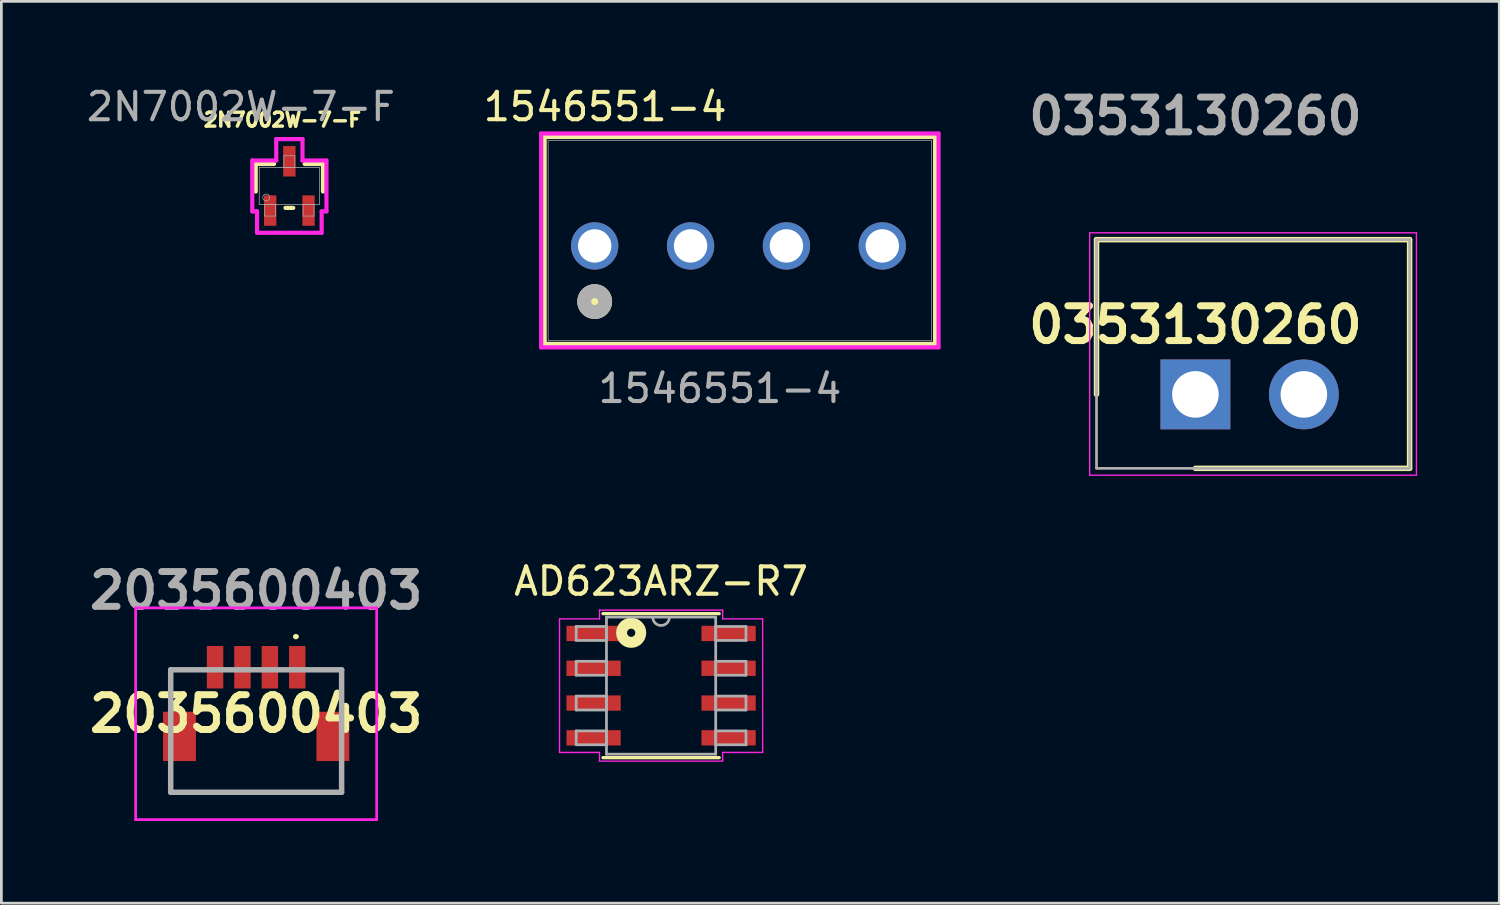
<source format=kicad_pcb>
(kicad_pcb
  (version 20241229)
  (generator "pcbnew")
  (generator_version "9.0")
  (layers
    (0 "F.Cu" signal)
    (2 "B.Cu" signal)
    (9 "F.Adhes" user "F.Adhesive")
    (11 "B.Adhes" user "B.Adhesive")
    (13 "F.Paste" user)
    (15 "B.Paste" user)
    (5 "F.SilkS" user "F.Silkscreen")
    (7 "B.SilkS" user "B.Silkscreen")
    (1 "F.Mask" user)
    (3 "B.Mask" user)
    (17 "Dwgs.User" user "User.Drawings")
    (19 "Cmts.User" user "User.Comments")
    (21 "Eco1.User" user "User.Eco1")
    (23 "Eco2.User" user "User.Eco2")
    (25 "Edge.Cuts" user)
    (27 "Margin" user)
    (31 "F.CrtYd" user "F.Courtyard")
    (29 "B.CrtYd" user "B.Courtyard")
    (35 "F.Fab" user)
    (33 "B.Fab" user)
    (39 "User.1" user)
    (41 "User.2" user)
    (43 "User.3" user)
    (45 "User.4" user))
  (footprint "1546551-4"
    (layer "F.Cu")
    (at 18.661 5.928)
    (property "Reference" "1546551-4" (at 0.381 -5.08 0) (unlocked yes) (layer "F.SilkS") (effects (font (size 1 1) (thickness 0.15))))
    (attr through_hole)
    (fp_line (start -1.827 -3.977) (end -1.827 3.577) (stroke (width 0.152) (type solid)) (layer "F.SilkS"))
    (fp_line (start -1.827 3.577) (end 12.427 3.577) (stroke (width 0.152) (type solid)) (layer "F.SilkS"))
    (fp_line (start 12.427 -3.977) (end -1.827 -3.977) (stroke (width 0.152) (type solid)) (layer "F.SilkS"))
    (fp_line (start 12.427 3.577) (end 12.427 -3.977) (stroke (width 0.152) (type solid)) (layer "F.SilkS"))
    (fp_circle (center 0 2.032) (end 0.381 2.032) (stroke (width 0.508) (type solid)) (fill yes) (layer "F.SilkS"))
    (fp_line (start -1.954 -4.104) (end -1.954 3.704) (stroke (width 0.152) (type solid)) (layer "F.CrtYd"))
    (fp_line (start -1.954 3.704) (end 12.554 3.704) (stroke (width 0.152) (type solid)) (layer "F.CrtYd"))
    (fp_line (start 12.554 -4.104) (end -1.954 -4.104) (stroke (width 0.152) (type solid)) (layer "F.CrtYd"))
    (fp_line (start 12.554 3.704) (end 12.554 -4.104) (stroke (width 0.152) (type solid)) (layer "F.CrtYd"))
    (fp_line (start -1.7 -3.85) (end -1.7 3.45) (stroke (width 0.025) (type solid)) (layer "F.Fab"))
    (fp_line (start -1.7 3.45) (end 12.3 3.45) (stroke (width 0.025) (type solid)) (layer "F.Fab"))
    (fp_line (start 12.3 -3.85) (end -1.7 -3.85) (stroke (width 0.025) (type solid)) (layer "F.Fab"))
    (fp_line (start 12.3 3.45) (end 12.3 -3.85) (stroke (width 0.025) (type solid)) (layer "F.Fab"))
    (fp_circle (center 0 2.032) (end 0.381 2.032) (stroke (width 0.508) (type solid)) (fill no) (layer "F.Fab"))
    (fp_text user "${REFERENCE}" (at 4.572 5.207 0) (unlocked yes) (layer "F.Fab") (effects (font (size 1 1) (thickness 0.15))))
    (pad "1" thru_hole circle (at 0 0) (size 1.727 1.727) (drill 1.219) (layers "*.Cu" "*.Mask"))
    (pad "2" thru_hole circle (at 3.5 0) (size 1.727 1.727) (drill 1.219) (layers "*.Cu" "*.Mask"))
    (pad "3" thru_hole circle (at 7 0) (size 1.727 1.727) (drill 1.219) (layers "*.Cu" "*.Mask"))
    (pad "4" thru_hole circle (at 10.5 0) (size 1.727 1.727) (drill 1.219) (layers "*.Cu" "*.Mask")))
  (footprint "AD623ARZ-R7"
    (layer "F.Cu")
    (at 21.085 21.982)
    (property "Reference" "AD623ARZ-R7" (at 0 -3.81 0) (layer "F.SilkS") (effects (font (size 1 1) (thickness 0.15))))
    (attr smd)
    (fp_line (start -2.121 2.629) (end 2.121 2.629) (stroke (width 0.12) (type solid)) (layer "F.SilkS"))
    (fp_line (start 2.121 -2.629) (end -2.121 -2.629) (stroke (width 0.12) (type solid)) (layer "F.SilkS"))
    (fp_circle (center -1.092 -1.93) (end -0.942 -1.93) (stroke (width 0.4) (type solid)) (fill no) (layer "F.SilkS"))
    (fp_line (start -3.708 -2.438) (end -2.248 -2.438) (stroke (width 0.05) (type solid)) (layer "F.CrtYd"))
    (fp_line (start -3.708 2.438) (end -3.708 -2.438) (stroke (width 0.05) (type solid)) (layer "F.CrtYd"))
    (fp_line (start -2.248 -2.756) (end 2.248 -2.756) (stroke (width 0.05) (type solid)) (layer "F.CrtYd"))
    (fp_line (start -2.248 -2.438) (end -2.248 -2.756) (stroke (width 0.05) (type solid)) (layer "F.CrtYd"))
    (fp_line (start -2.248 2.438) (end -3.708 2.438) (stroke (width 0.05) (type solid)) (layer "F.CrtYd"))
    (fp_line (start -2.248 2.756) (end -2.248 2.438) (stroke (width 0.05) (type solid)) (layer "F.CrtYd"))
    (fp_line (start 2.248 -2.756) (end 2.248 -2.438) (stroke (width 0.05) (type solid)) (layer "F.CrtYd"))
    (fp_line (start 2.248 -2.438) (end 3.708 -2.438) (stroke (width 0.05) (type solid)) (layer "F.CrtYd"))
    (fp_line (start 2.248 2.438) (end 2.248 2.756) (stroke (width 0.05) (type solid)) (layer "F.CrtYd"))
    (fp_line (start 2.248 2.756) (end -2.248 2.756) (stroke (width 0.05) (type solid)) (layer "F.CrtYd"))
    (fp_line (start 3.708 -2.438) (end 3.708 2.438) (stroke (width 0.05) (type solid)) (layer "F.CrtYd"))
    (fp_line (start 3.708 2.438) (end 2.248 2.438) (stroke (width 0.05) (type solid)) (layer "F.CrtYd"))
    (fp_line (start -3.099 -2.159) (end -3.099 -1.651) (stroke (width 0.1) (type solid)) (layer "F.Fab"))
    (fp_line (start -3.099 -1.651) (end -1.994 -1.651) (stroke (width 0.1) (type solid)) (layer "F.Fab"))
    (fp_line (start -3.099 -0.889) (end -3.099 -0.381) (stroke (width 0.1) (type solid)) (layer "F.Fab"))
    (fp_line (start -3.099 -0.381) (end -1.994 -0.381) (stroke (width 0.1) (type solid)) (layer "F.Fab"))
    (fp_line (start -3.099 0.381) (end -3.099 0.889) (stroke (width 0.1) (type solid)) (layer "F.Fab"))
    (fp_line (start -3.099 0.889) (end -1.994 0.889) (stroke (width 0.1) (type solid)) (layer "F.Fab"))
    (fp_line (start -3.099 1.651) (end -3.099 2.159) (stroke (width 0.1) (type solid)) (layer "F.Fab"))
    (fp_line (start -3.099 2.159) (end -1.994 2.159) (stroke (width 0.1) (type solid)) (layer "F.Fab"))
    (fp_line (start -1.994 -2.502) (end -1.994 2.502) (stroke (width 0.1) (type solid)) (layer "F.Fab"))
    (fp_line (start -1.994 -2.159) (end -3.099 -2.159) (stroke (width 0.1) (type solid)) (layer "F.Fab"))
    (fp_line (start -1.994 -1.651) (end -1.994 -2.159) (stroke (width 0.1) (type solid)) (layer "F.Fab"))
    (fp_line (start -1.994 -0.889) (end -3.099 -0.889) (stroke (width 0.1) (type solid)) (layer "F.Fab"))
    (fp_line (start -1.994 -0.381) (end -1.994 -0.889) (stroke (width 0.1) (type solid)) (layer "F.Fab"))
    (fp_line (start -1.994 0.381) (end -3.099 0.381) (stroke (width 0.1) (type solid)) (layer "F.Fab"))
    (fp_line (start -1.994 0.889) (end -1.994 0.381) (stroke (width 0.1) (type solid)) (layer "F.Fab"))
    (fp_line (start -1.994 1.651) (end -3.099 1.651) (stroke (width 0.1) (type solid)) (layer "F.Fab"))
    (fp_line (start -1.994 2.159) (end -1.994 1.651) (stroke (width 0.1) (type solid)) (layer "F.Fab"))
    (fp_line (start -1.994 2.502) (end 1.994 2.502) (stroke (width 0.1) (type solid)) (layer "F.Fab"))
    (fp_line (start 1.994 -2.502) (end -1.994 -2.502) (stroke (width 0.1) (type solid)) (layer "F.Fab"))
    (fp_line (start 1.994 -2.159) (end 1.994 -1.651) (stroke (width 0.1) (type solid)) (layer "F.Fab"))
    (fp_line (start 1.994 -1.651) (end 3.099 -1.651) (stroke (width 0.1) (type solid)) (layer "F.Fab"))
    (fp_line (start 1.994 -0.889) (end 1.994 -0.381) (stroke (width 0.1) (type solid)) (layer "F.Fab"))
    (fp_line (start 1.994 -0.381) (end 3.099 -0.381) (stroke (width 0.1) (type solid)) (layer "F.Fab"))
    (fp_line (start 1.994 0.381) (end 1.994 0.889) (stroke (width 0.1) (type solid)) (layer "F.Fab"))
    (fp_line (start 1.994 0.889) (end 3.099 0.889) (stroke (width 0.1) (type solid)) (layer "F.Fab"))
    (fp_line (start 1.994 1.651) (end 1.994 2.159) (stroke (width 0.1) (type solid)) (layer "F.Fab"))
    (fp_line (start 1.994 2.159) (end 3.099 2.159) (stroke (width 0.1) (type solid)) (layer "F.Fab"))
    (fp_line (start 1.994 2.502) (end 1.994 -2.502) (stroke (width 0.1) (type solid)) (layer "F.Fab"))
    (fp_line (start 3.099 -2.159) (end 1.994 -2.159) (stroke (width 0.1) (type solid)) (layer "F.Fab"))
    (fp_line (start 3.099 -1.651) (end 3.099 -2.159) (stroke (width 0.1) (type solid)) (layer "F.Fab"))
    (fp_line (start 3.099 -0.889) (end 1.994 -0.889) (stroke (width 0.1) (type solid)) (layer "F.Fab"))
    (fp_line (start 3.099 -0.381) (end 3.099 -0.889) (stroke (width 0.1) (type solid)) (layer "F.Fab"))
    (fp_line (start 3.099 0.381) (end 1.994 0.381) (stroke (width 0.1) (type solid)) (layer "F.Fab"))
    (fp_line (start 3.099 0.889) (end 3.099 0.381) (stroke (width 0.1) (type solid)) (layer "F.Fab"))
    (fp_line (start 3.099 1.651) (end 1.994 1.651) (stroke (width 0.1) (type solid)) (layer "F.Fab"))
    (fp_line (start 3.099 2.159) (end 3.099 1.651) (stroke (width 0.1) (type solid)) (layer "F.Fab"))
    (fp_arc (start 0.3048 -2.5019) (mid 0 -2.1971) (end -0.3048 -2.5019) (stroke (width 0.1) (type solid)) (layer "F.Fab"))
    (pad "1" smd rect (at -2.464 -1.905) (size 1.981 0.559) (layers "F.Cu" "F.Mask" "F.Paste"))
    (pad "2" smd rect (at -2.464 -0.635) (size 1.981 0.559) (layers "F.Cu" "F.Mask" "F.Paste"))
    (pad "3" smd rect (at -2.464 0.635) (size 1.981 0.559) (layers "F.Cu" "F.Mask" "F.Paste"))
    (pad "4" smd rect (at -2.464 1.905) (size 1.981 0.559) (layers "F.Cu" "F.Mask" "F.Paste"))
    (pad "5" smd rect (at 2.464 1.905) (size 1.981 0.559) (layers "F.Cu" "F.Mask" "F.Paste"))
    (pad "6" smd rect (at 2.464 0.635) (size 1.981 0.559) (layers "F.Cu" "F.Mask" "F.Paste"))
    (pad "7" smd rect (at 2.464 -0.635) (size 1.981 0.559) (layers "F.Cu" "F.Mask" "F.Paste"))
    (pad "8" smd rect (at 2.464 -1.905) (size 1.981 0.559) (layers "F.Cu" "F.Mask" "F.Paste")))
  (footprint "2035600403"
    (layer "F.Cu")
    (at 6.302 23.592)
    (property "Reference" "2035600403" (at 0 -0.584 0) (layer "F.SilkS") (effects (font (size 1.27 1.27) (thickness 0.254))))
    (attr smd)
    (fp_line (start -3.12 -2.188) (end -3.12 -1) (stroke (width 0.1) (type solid)) (layer "F.SilkS"))
    (fp_line (start -3.12 1.4) (end -3.12 2.282) (stroke (width 0.1) (type solid)) (layer "F.SilkS"))
    (fp_line (start -3.12 2.282) (end 3.12 2.282) (stroke (width 0.1) (type solid)) (layer "F.SilkS"))
    (fp_line (start -2.2 -2.188) (end -3.12 -2.188) (stroke (width 0.1) (type solid)) (layer "F.SilkS"))
    (fp_line (start 1.4 -3.4) (end 1.4 -3.4) (stroke (width 0.1) (type solid)) (layer "F.SilkS"))
    (fp_line (start 1.5 -3.4) (end 1.5 -3.4) (stroke (width 0.1) (type solid)) (layer "F.SilkS"))
    (fp_line (start 2.2 -2.188) (end 3.12 -2.188) (stroke (width 0.1) (type solid)) (layer "F.SilkS"))
    (fp_line (start 3.12 -2.188) (end 3.12 -1) (stroke (width 0.1) (type solid)) (layer "F.SilkS"))
    (fp_line (start 3.12 2.282) (end 3.12 1.4) (stroke (width 0.1) (type solid)) (layer "F.SilkS"))
    (fp_arc (start 1.4 -3.4) (mid 1.45 -3.45) (end 1.5 -3.4) (stroke (width 0.1) (type solid)) (layer "F.SilkS"))
    (fp_arc (start 1.5 -3.4) (mid 1.45 -3.35) (end 1.4 -3.4) (stroke (width 0.1) (type solid)) (layer "F.SilkS"))
    (fp_line (start -4.4 -4.45) (end 4.4 -4.45) (stroke (width 0.1) (type solid)) (layer "F.CrtYd"))
    (fp_line (start -4.4 3.282) (end -4.4 -4.45) (stroke (width 0.1) (type solid)) (layer "F.CrtYd"))
    (fp_line (start 4.4 -4.45) (end 4.4 3.282) (stroke (width 0.1) (type solid)) (layer "F.CrtYd"))
    (fp_line (start 4.4 3.282) (end -4.4 3.282) (stroke (width 0.1) (type solid)) (layer "F.CrtYd"))
    (fp_line (start -3.12 -2.188) (end 3.12 -2.188) (stroke (width 0.2) (type solid)) (layer "F.Fab"))
    (fp_line (start -3.12 2.282) (end -3.12 -2.188) (stroke (width 0.2) (type solid)) (layer "F.Fab"))
    (fp_line (start 3.12 -2.188) (end 3.12 2.282) (stroke (width 0.2) (type solid)) (layer "F.Fab"))
    (fp_line (start 3.12 2.282) (end -3.12 2.282) (stroke (width 0.2) (type solid)) (layer "F.Fab"))
    (fp_text user "${REFERENCE}" (at 0 -5.08 0) (layer "F.Fab") (effects (font (size 1.27 1.27) (thickness 0.254))))
    (pad "1" smd rect (at 1.5 -2.282) (size 0.6 1.55) (layers "F.Cu" "F.Mask" "F.Paste"))
    (pad "2" smd rect (at 0.5 -2.282) (size 0.6 1.55) (layers "F.Cu" "F.Mask" "F.Paste"))
    (pad "3" smd rect (at -0.5 -2.282) (size 0.6 1.55) (layers "F.Cu" "F.Mask" "F.Paste"))
    (pad "4" smd rect (at -1.5 -2.282) (size 0.6 1.55) (layers "F.Cu" "F.Mask" "F.Paste"))
    (pad "MP1" smd rect (at 2.8 0.243) (size 1.2 1.8) (layers "F.Cu" "F.Mask" "F.Paste"))
    (pad "MP2" smd rect (at -2.8 0.243) (size 1.2 1.8) (layers "F.Cu" "F.Mask" "F.Paste")))
  (footprint "2N7002W-7-F"
    (layer "F.Cu")
    (at 7.514 3.738)
    (property "Reference" "2N7002W-7-F" (at -0.254 -2.413 0) (unlocked yes) (layer "F.SilkS") (effects (font (size 0.508 0.508) (thickness 0.15))))
    (attr smd)
    (fp_line (start -1.227 -0.802) (end -1.227 0.204) (stroke (width 0.152) (type solid)) (layer "F.SilkS"))
    (fp_line (start -0.558 -0.802) (end -1.227 -0.802) (stroke (width 0.152) (type solid)) (layer "F.SilkS"))
    (fp_line (start -0.142 0.802) (end 0.142 0.802) (stroke (width 0.152) (type solid)) (layer "F.SilkS"))
    (fp_line (start 1.227 -0.802) (end 0.558 -0.802) (stroke (width 0.152) (type solid)) (layer "F.SilkS"))
    (fp_line (start 1.227 0.204) (end 1.227 -0.802) (stroke (width 0.152) (type solid)) (layer "F.SilkS"))
    (fp_line (start -1.354 -0.929) (end -0.479 -0.929) (stroke (width 0.152) (type solid)) (layer "F.CrtYd"))
    (fp_line (start -1.354 0.929) (end -1.354 -0.929) (stroke (width 0.152) (type solid)) (layer "F.CrtYd"))
    (fp_line (start -1.354 0.929) (end -1.179 0.929) (stroke (width 0.152) (type solid)) (layer "F.CrtYd"))
    (fp_line (start -1.179 0.929) (end -1.179 1.71) (stroke (width 0.152) (type solid)) (layer "F.CrtYd"))
    (fp_line (start -1.179 1.71) (end 1.179 1.71) (stroke (width 0.152) (type solid)) (layer "F.CrtYd"))
    (fp_line (start -0.479 -1.71) (end 0.479 -1.71) (stroke (width 0.152) (type solid)) (layer "F.CrtYd"))
    (fp_line (start -0.479 -0.929) (end -0.479 -1.71) (stroke (width 0.152) (type solid)) (layer "F.CrtYd"))
    (fp_line (start 0.479 -0.929) (end 0.479 -1.71) (stroke (width 0.152) (type solid)) (layer "F.CrtYd"))
    (fp_line (start 1.179 0.929) (end 1.179 1.71) (stroke (width 0.152) (type solid)) (layer "F.CrtYd"))
    (fp_line (start 1.354 -0.929) (end 0.479 -0.929) (stroke (width 0.152) (type solid)) (layer "F.CrtYd"))
    (fp_line (start 1.354 -0.929) (end 1.354 0.929) (stroke (width 0.152) (type solid)) (layer "F.CrtYd"))
    (fp_line (start 1.354 0.929) (end 1.179 0.929) (stroke (width 0.152) (type solid)) (layer "F.CrtYd"))
    (fp_line (start -1.1 -0.675) (end -1.1 0.675) (stroke (width 0.025) (type solid)) (layer "F.Fab"))
    (fp_line (start -1.1 0.675) (end 1.1 0.675) (stroke (width 0.025) (type solid)) (layer "F.Fab"))
    (fp_line (start -0.9 0.675) (end -0.9 1.1) (stroke (width 0.025) (type solid)) (layer "F.Fab"))
    (fp_line (start -0.9 1.1) (end -0.5 1.1) (stroke (width 0.025) (type solid)) (layer "F.Fab"))
    (fp_line (start -0.5 0.675) (end -0.9 0.675) (stroke (width 0.025) (type solid)) (layer "F.Fab"))
    (fp_line (start -0.5 1.1) (end -0.5 0.675) (stroke (width 0.025) (type solid)) (layer "F.Fab"))
    (fp_line (start -0.2 -1.1) (end -0.2 -0.675) (stroke (width 0.025) (type solid)) (layer "F.Fab"))
    (fp_line (start -0.2 -0.675) (end 0.2 -0.675) (stroke (width 0.025) (type solid)) (layer "F.Fab"))
    (fp_line (start 0.2 -1.1) (end -0.2 -1.1) (stroke (width 0.025) (type solid)) (layer "F.Fab"))
    (fp_line (start 0.2 -0.675) (end 0.2 -1.1) (stroke (width 0.025) (type solid)) (layer "F.Fab"))
    (fp_line (start 0.5 0.675) (end 0.5 1.1) (stroke (width 0.025) (type solid)) (layer "F.Fab"))
    (fp_line (start 0.5 1.1) (end 0.9 1.1) (stroke (width 0.025) (type solid)) (layer "F.Fab"))
    (fp_line (start 0.9 0.675) (end 0.5 0.675) (stroke (width 0.025) (type solid)) (layer "F.Fab"))
    (fp_line (start 0.9 1.1) (end 0.9 0.675) (stroke (width 0.025) (type solid)) (layer "F.Fab"))
    (fp_line (start 1.1 -0.675) (end -1.1 -0.675) (stroke (width 0.025) (type solid)) (layer "F.Fab"))
    (fp_line (start 1.1 0.675) (end 1.1 -0.675) (stroke (width 0.025) (type solid)) (layer "F.Fab"))
    (fp_circle (center -0.846 0.421) (end -0.719 0.421) (stroke (width 0.025) (type solid)) (fill no) (layer "F.Fab"))
    (fp_text user "${REFERENCE}" (at -1.77 -2.89 0) (unlocked yes) (layer "F.Fab") (effects (font (size 1 1) (thickness 0.15))))
    (pad "1" smd rect (at -0.7 0.9) (size 0.451 1.111) (layers "F.Cu" "F.Mask" "F.Paste"))
    (pad "2" smd rect (at 0.7 0.9) (size 0.451 1.111) (layers "F.Cu" "F.Mask" "F.Paste"))
    (pad "3" smd rect (at 0 -0.9) (size 0.451 1.111) (layers "F.Cu" "F.Mask" "F.Paste")))
  (footprint "0353130260"
    (layer "F.Cu")
    (at 40.592 11.349)
    (property "Reference" "0353130260" (at 0 -2.54 0) (layer "F.SilkS") (effects (font (size 1.27 1.27) (thickness 0.254))))
    (attr through_hole)
    (fp_line (start -3.61 -5.65) (end -3.61 0) (stroke (width 0.2) (type solid)) (layer "F.SilkS"))
    (fp_line (start 0 2.7) (end 7.82 2.7) (stroke (width 0.2) (type solid)) (layer "F.SilkS"))
    (fp_line (start 7.82 -5.65) (end -3.61 -5.65) (stroke (width 0.2) (type solid)) (layer "F.SilkS"))
    (fp_line (start 7.82 2.7) (end 7.82 -5.65) (stroke (width 0.2) (type solid)) (layer "F.SilkS"))
    (fp_line (start -3.86 -5.9) (end 8.07 -5.9) (stroke (width 0.05) (type solid)) (layer "F.CrtYd"))
    (fp_line (start -3.86 2.95) (end -3.86 -5.9) (stroke (width 0.05) (type solid)) (layer "F.CrtYd"))
    (fp_line (start 8.07 -5.9) (end 8.07 2.95) (stroke (width 0.05) (type solid)) (layer "F.CrtYd"))
    (fp_line (start 8.07 2.95) (end -3.86 2.95) (stroke (width 0.05) (type solid)) (layer "F.CrtYd"))
    (fp_line (start -3.61 -5.65) (end 7.82 -5.65) (stroke (width 0.1) (type solid)) (layer "F.Fab"))
    (fp_line (start -3.61 2.7) (end -3.61 -5.65) (stroke (width 0.1) (type solid)) (layer "F.Fab"))
    (fp_line (start 7.82 -5.65) (end 7.82 2.7) (stroke (width 0.1) (type solid)) (layer "F.Fab"))
    (fp_line (start 7.82 2.7) (end -3.61 2.7) (stroke (width 0.1) (type solid)) (layer "F.Fab"))
    (fp_text user "${REFERENCE}" (at 0 -10.16 0) (layer "F.Fab") (effects (font (size 1.27 1.27) (thickness 0.254))))
    (pad "1" thru_hole rect (at 0 0) (size 2.55 2.55) (drill 1.7) (layers "*.Cu" "*.Mask"))
    (pad "2" thru_hole circle (at 3.96 0) (size 2.55 2.55) (drill 1.7) (layers "*.Cu" "*.Mask")))
  (gr_rect
    (start -3 -3)
    (end 51.687 29.924)
    (stroke (width 0.1) (type default))
    (fill no)
    (layer "Edge.Cuts")))
</source>
